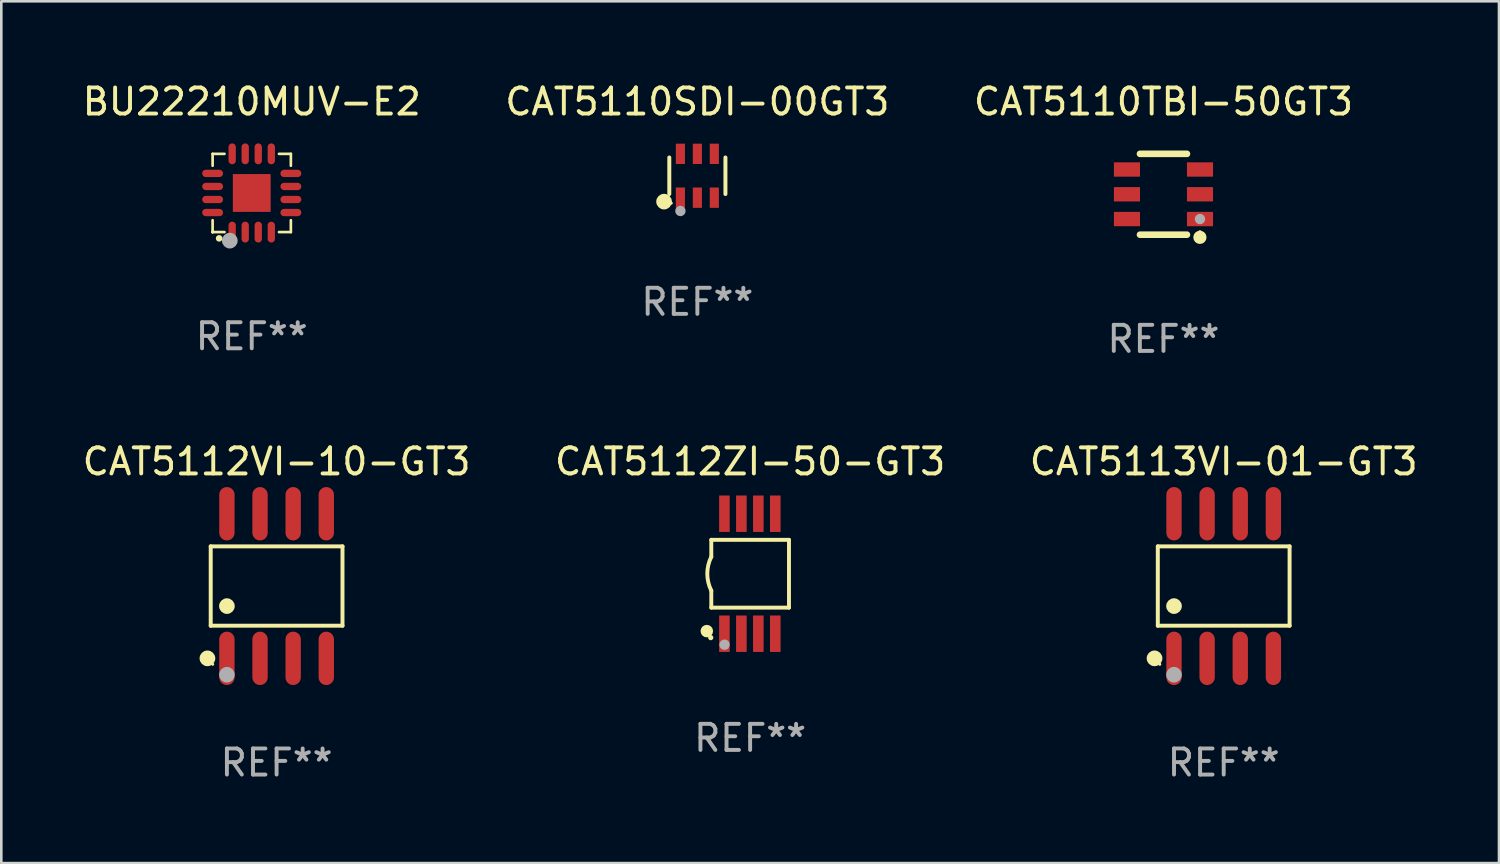
<source format=kicad_pcb>
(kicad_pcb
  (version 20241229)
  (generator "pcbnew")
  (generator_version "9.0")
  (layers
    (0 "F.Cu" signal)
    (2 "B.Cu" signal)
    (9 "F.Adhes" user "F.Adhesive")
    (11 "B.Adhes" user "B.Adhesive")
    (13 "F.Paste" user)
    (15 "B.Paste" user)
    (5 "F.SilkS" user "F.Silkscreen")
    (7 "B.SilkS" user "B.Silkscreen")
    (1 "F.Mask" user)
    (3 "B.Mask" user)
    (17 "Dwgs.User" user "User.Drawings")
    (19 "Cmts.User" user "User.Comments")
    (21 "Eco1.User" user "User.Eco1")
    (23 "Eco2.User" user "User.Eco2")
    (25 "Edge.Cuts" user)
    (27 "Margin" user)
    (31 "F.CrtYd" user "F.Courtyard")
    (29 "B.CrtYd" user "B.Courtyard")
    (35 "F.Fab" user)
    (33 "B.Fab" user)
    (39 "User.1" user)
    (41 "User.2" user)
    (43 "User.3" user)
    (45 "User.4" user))
  (footprint "CAT5110SDI-00GT3"
    (layer "F.Cu")
    (at 23.685 3.688)
    (property "Reference" "CAT5110SDI-00GT3" (at 0 -2.84 0) (layer "F.SilkS") (effects (font (size 1 1) (thickness 0.15))))
    (attr through_hole)
    (fp_line (start -1.076 0.701) (end -1.076 -0.701) (stroke (width 0.152) (type solid)) (layer "F.SilkS"))
    (fp_line (start 1.076 0.701) (end 1.076 -0.701) (stroke (width 0.152) (type solid)) (layer "F.SilkS"))
    (fp_circle (center -1.277 0.992) (end -1.127 0.992) (stroke (width 0.3) (type solid)) (fill no) (layer "F.SilkS"))
    (fp_circle (center -1 1.05) (end -0.97 1.05) (stroke (width 0.06) (type solid)) (fill no) (layer "F.SilkS"))
    (fp_circle (center -0.65 1.35) (end -0.55 1.35) (stroke (width 0.2) (type solid)) (fill no) (layer "F.Fab"))
    (fp_text user "REF**" (at 0 4.84 0) (layer "F.Fab") (effects (font (size 1 1) (thickness 0.15))))
    (pad "1" smd rect (at -0.65 0.84) (size 0.35 0.78) (layers "F.Cu" "F.Mask" "F.Paste"))
    (pad "2" smd rect (at 0 0.84) (size 0.35 0.78) (layers "F.Cu" "F.Mask" "F.Paste"))
    (pad "3" smd rect (at 0.65 0.84) (size 0.35 0.78) (layers "F.Cu" "F.Mask" "F.Paste"))
    (pad "4" smd rect (at 0.65 -0.84) (size 0.35 0.78) (layers "F.Cu" "F.Mask" "F.Paste"))
    (pad "5" smd rect (at 0 -0.84) (size 0.35 0.78) (layers "F.Cu" "F.Mask" "F.Paste"))
    (pad "6" smd rect (at -0.65 -0.84) (size 0.35 0.78) (layers "F.Cu" "F.Mask" "F.Paste")))
  (footprint "CAT5112ZI-50-GT3"
    (layer "F.Cu")
    (at 25.708 18.945)
    (property "Reference" "CAT5112ZI-50-GT3" (at 0 -4.3 0) (layer "F.SilkS") (effects (font (size 1 1) (thickness 0.15))))
    (attr through_hole)
    (fp_line (start -1.489 -1.3) (end -1.489 -0.648) (stroke (width 0.15) (type solid)) (layer "F.SilkS"))
    (fp_line (start -1.489 0.648) (end -1.489 1.3) (stroke (width 0.15) (type solid)) (layer "F.SilkS"))
    (fp_line (start -1.489 1.3) (end 1.489 1.3) (stroke (width 0.15) (type solid)) (layer "F.SilkS"))
    (fp_line (start 1.489 -1.3) (end -1.489 -1.3) (stroke (width 0.15) (type solid)) (layer "F.SilkS"))
    (fp_line (start 1.489 1.3) (end 1.489 -1.3) (stroke (width 0.15) (type solid)) (layer "F.SilkS"))
    (fp_arc (start -1.489205 0.647702) (mid -1.642107 0) (end -1.489205 -0.647701) (stroke (width 0.150013) (type solid)) (layer "F.SilkS"))
    (fp_circle (center -1.661 2.2) (end -1.541 2.2) (stroke (width 0.24) (type solid)) (fill no) (layer "F.SilkS"))
    (fp_circle (center -1.511 2.45) (end -1.461 2.45) (stroke (width 0.1) (type solid)) (fill no) (layer "F.SilkS"))
    (fp_circle (center -0.981 2.72) (end -0.881 2.72) (stroke (width 0.2) (type solid)) (fill no) (layer "F.Fab"))
    (fp_text user "REF**" (at 0 6.3 0) (layer "F.Fab") (effects (font (size 1 1) (thickness 0.15))))
    (pad "1" smd rect (at -0.986 2.3) (size 0.406 1.397) (layers "F.Cu" "F.Mask" "F.Paste"))
    (pad "2" smd rect (at -0.336 2.3) (size 0.406 1.397) (layers "F.Cu" "F.Mask" "F.Paste"))
    (pad "3" smd rect (at 0.314 2.3) (size 0.406 1.397) (layers "F.Cu" "F.Mask" "F.Paste"))
    (pad "4" smd rect (at 0.964 2.3) (size 0.406 1.397) (layers "F.Cu" "F.Mask" "F.Paste"))
    (pad "5" smd rect (at 0.964 -2.3) (size 0.406 1.397) (layers "F.Cu" "F.Mask" "F.Paste"))
    (pad "6" smd rect (at 0.314 -2.3) (size 0.406 1.397) (layers "F.Cu" "F.Mask" "F.Paste"))
    (pad "7" smd rect (at -0.336 -2.3) (size 0.406 1.397) (layers "F.Cu" "F.Mask" "F.Paste"))
    (pad "8" smd rect (at -0.986 -2.3) (size 0.406 1.397) (layers "F.Cu" "F.Mask" "F.Paste")))
  (footprint "CAT5112VI-10-GT3"
    (layer "F.Cu")
    (at 7.554 19.417)
    (property "Reference" "CAT5112VI-10-GT3" (at 0 -4.772 0) (layer "F.SilkS") (effects (font (size 1 1) (thickness 0.15))))
    (attr through_hole)
    (fp_line (start -2.526 -1.521) (end 2.526 -1.521) (stroke (width 0.152) (type solid)) (layer "F.SilkS"))
    (fp_line (start -2.526 1.521) (end -2.526 -1.521) (stroke (width 0.152) (type solid)) (layer "F.SilkS"))
    (fp_line (start 2.526 -1.521) (end 2.526 1.521) (stroke (width 0.152) (type solid)) (layer "F.SilkS"))
    (fp_line (start 2.526 1.521) (end -2.526 1.521) (stroke (width 0.152) (type solid)) (layer "F.SilkS"))
    (fp_circle (center -2.652 2.772) (end -2.501 2.772) (stroke (width 0.3) (type solid)) (fill no) (layer "F.SilkS"))
    (fp_circle (center -2.45 3) (end -2.42 3) (stroke (width 0.06) (type solid)) (fill no) (layer "F.SilkS"))
    (fp_circle (center -1.905 0.769) (end -1.755 0.769) (stroke (width 0.3) (type solid)) (fill no) (layer "F.SilkS"))
    (fp_circle (center -1.905 3.4) (end -1.755 3.4) (stroke (width 0.3) (type solid)) (fill no) (layer "F.Fab"))
    (fp_text user "REF**" (at 0 6.772 0) (layer "F.Fab") (effects (font (size 1 1) (thickness 0.15))))
    (pad "1" smd oval (at -1.905 2.772) (size 0.588 2.045) (layers "F.Cu" "F.Mask" "F.Paste"))
    (pad "2" smd oval (at -0.635 2.772) (size 0.588 2.045) (layers "F.Cu" "F.Mask" "F.Paste"))
    (pad "3" smd oval (at 0.635 2.772) (size 0.588 2.045) (layers "F.Cu" "F.Mask" "F.Paste"))
    (pad "4" smd oval (at 1.905 2.772) (size 0.588 2.045) (layers "F.Cu" "F.Mask" "F.Paste"))
    (pad "5" smd oval (at 1.905 -2.772) (size 0.588 2.045) (layers "F.Cu" "F.Mask" "F.Paste"))
    (pad "6" smd oval (at 0.635 -2.772) (size 0.588 2.045) (layers "F.Cu" "F.Mask" "F.Paste"))
    (pad "7" smd oval (at -0.635 -2.772) (size 0.588 2.045) (layers "F.Cu" "F.Mask" "F.Paste"))
    (pad "8" smd oval (at -1.905 -2.772) (size 0.588 2.045) (layers "F.Cu" "F.Mask" "F.Paste")))
  (footprint "CAT5113VI-01-GT3"
    (layer "F.Cu")
    (at 43.863 19.417)
    (property "Reference" "CAT5113VI-01-GT3" (at 0 -4.772 0) (layer "F.SilkS") (effects (font (size 1 1) (thickness 0.15))))
    (attr through_hole)
    (fp_line (start -2.526 -1.521) (end 2.526 -1.521) (stroke (width 0.152) (type solid)) (layer "F.SilkS"))
    (fp_line (start -2.526 1.521) (end -2.526 -1.521) (stroke (width 0.152) (type solid)) (layer "F.SilkS"))
    (fp_line (start 2.526 -1.521) (end 2.526 1.521) (stroke (width 0.152) (type solid)) (layer "F.SilkS"))
    (fp_line (start 2.526 1.521) (end -2.526 1.521) (stroke (width 0.152) (type solid)) (layer "F.SilkS"))
    (fp_circle (center -2.652 2.772) (end -2.501 2.772) (stroke (width 0.3) (type solid)) (fill no) (layer "F.SilkS"))
    (fp_circle (center -2.45 3) (end -2.42 3) (stroke (width 0.06) (type solid)) (fill no) (layer "F.SilkS"))
    (fp_circle (center -1.905 0.769) (end -1.755 0.769) (stroke (width 0.3) (type solid)) (fill no) (layer "F.SilkS"))
    (fp_circle (center -1.905 3.4) (end -1.755 3.4) (stroke (width 0.3) (type solid)) (fill no) (layer "F.Fab"))
    (fp_text user "REF**" (at 0 6.772 0) (layer "F.Fab") (effects (font (size 1 1) (thickness 0.15))))
    (pad "1" smd oval (at -1.905 2.772) (size 0.588 2.045) (layers "F.Cu" "F.Mask" "F.Paste"))
    (pad "2" smd oval (at -0.635 2.772) (size 0.588 2.045) (layers "F.Cu" "F.Mask" "F.Paste"))
    (pad "3" smd oval (at 0.635 2.772) (size 0.588 2.045) (layers "F.Cu" "F.Mask" "F.Paste"))
    (pad "4" smd oval (at 1.905 2.772) (size 0.588 2.045) (layers "F.Cu" "F.Mask" "F.Paste"))
    (pad "5" smd oval (at 1.905 -2.772) (size 0.588 2.045) (layers "F.Cu" "F.Mask" "F.Paste"))
    (pad "6" smd oval (at 0.635 -2.772) (size 0.588 2.045) (layers "F.Cu" "F.Mask" "F.Paste"))
    (pad "7" smd oval (at -0.635 -2.772) (size 0.588 2.045) (layers "F.Cu" "F.Mask" "F.Paste"))
    (pad "8" smd oval (at -1.905 -2.772) (size 0.588 2.045) (layers "F.Cu" "F.Mask" "F.Paste")))
  (footprint "BU22210MUV-E2"
    (layer "F.Cu")
    (at 6.601 4.348)
    (property "Reference" "BU22210MUV-E2" (at 0 -3.5 0) (layer "F.SilkS") (effects (font (size 1 1) (thickness 0.15))))
    (attr through_hole)
    (fp_line (start -1.5 -1.5) (end -1.5 -1.044) (stroke (width 0.102) (type solid)) (layer "F.SilkS"))
    (fp_line (start -1.5 -1.5) (end -1.044 -1.5) (stroke (width 0.102) (type solid)) (layer "F.SilkS"))
    (fp_line (start -1.5 1.044) (end -1.5 1.5) (stroke (width 0.102) (type solid)) (layer "F.SilkS"))
    (fp_line (start -1.5 1.5) (end -1.044 1.5) (stroke (width 0.102) (type solid)) (layer "F.SilkS"))
    (fp_line (start 1.044 -1.5) (end 1.5 -1.5) (stroke (width 0.102) (type solid)) (layer "F.SilkS"))
    (fp_line (start 1.044 1.5) (end 1.5 1.5) (stroke (width 0.102) (type solid)) (layer "F.SilkS"))
    (fp_line (start 1.5 -1.044) (end 1.5 -1.5) (stroke (width 0.102) (type solid)) (layer "F.SilkS"))
    (fp_line (start 1.5 1.5) (end 1.5 1.044) (stroke (width 0.102) (type solid)) (layer "F.SilkS"))
    (fp_arc (start -1.251283 1.73998) (mid -1.250013 1.739909) (end -1.248743 1.73998) (stroke (width 0.25) (type solid)) (layer "F.SilkS"))
    (fp_circle (center -1.5 1.5) (end -1.47 1.5) (stroke (width 0.06) (type solid)) (fill no) (layer "F.SilkS"))
    (fp_circle (center -0.841 1.828) (end -0.69 1.828) (stroke (width 0.3) (type solid)) (fill no) (layer "F.Fab"))
    (fp_text user "REF**" (at 0 5.5 0) (layer "F.Fab") (effects (font (size 1 1) (thickness 0.15))))
    (pad "1" smd oval (at -0.75 1.5 90) (size 0.8 0.28) (layers "F.Cu" "F.Mask" "F.Paste"))
    (pad "2" smd oval (at -0.25 1.5 90) (size 0.8 0.28) (layers "F.Cu" "F.Mask" "F.Paste"))
    (pad "3" smd oval (at 0.25 1.5 90) (size 0.8 0.28) (layers "F.Cu" "F.Mask" "F.Paste"))
    (pad "4" smd oval (at 0.75 1.5 90) (size 0.8 0.28) (layers "F.Cu" "F.Mask" "F.Paste"))
    (pad "5" smd oval (at 1.5 0.75 90) (size 0.28 0.8) (layers "F.Cu" "F.Mask" "F.Paste"))
    (pad "6" smd oval (at 1.5 0.25 90) (size 0.28 0.8) (layers "F.Cu" "F.Mask" "F.Paste"))
    (pad "7" smd oval (at 1.5 -0.25 90) (size 0.28 0.8) (layers "F.Cu" "F.Mask" "F.Paste"))
    (pad "8" smd oval (at 1.5 -0.75 90) (size 0.28 0.8) (layers "F.Cu" "F.Mask" "F.Paste"))
    (pad "9" smd oval (at 0.75 -1.5 90) (size 0.8 0.28) (layers "F.Cu" "F.Mask" "F.Paste"))
    (pad "10" smd oval (at 0.25 -1.5 90) (size 0.8 0.28) (layers "F.Cu" "F.Mask" "F.Paste"))
    (pad "11" smd oval (at -0.25 -1.5 90) (size 0.8 0.28) (layers "F.Cu" "F.Mask" "F.Paste"))
    (pad "12" smd oval (at -0.75 -1.5 90) (size 0.8 0.28) (layers "F.Cu" "F.Mask" "F.Paste"))
    (pad "13" smd oval (at -1.5 -0.75 90) (size 0.28 0.8) (layers "F.Cu" "F.Mask" "F.Paste"))
    (pad "14" smd oval (at -1.5 -0.25 90) (size 0.28 0.8) (layers "F.Cu" "F.Mask" "F.Paste"))
    (pad "15" smd oval (at -1.5 0.25 90) (size 0.28 0.8) (layers "F.Cu" "F.Mask" "F.Paste"))
    (pad "16" smd oval (at -1.5 0.75 90) (size 0.28 0.8) (layers "F.Cu" "F.Mask" "F.Paste"))
    (pad "17" smd rect (at 0.000152 -0.000051 90) (size 1.45 1.45) (layers "F.Cu" "F.Mask" "F.Paste")))
  (footprint "CAT5110TBI-50GT3"
    (layer "F.Cu")
    (at 41.554 4.398)
    (property "Reference" "CAT5110TBI-50GT3" (at 0 -3.55 0) (layer "F.SilkS") (effects (font (size 1 1) (thickness 0.15))))
    (attr through_hole)
    (fp_line (start -0.9 -1.55) (end 0.9 -1.55) (stroke (width 0.254) (type solid)) (layer "F.SilkS"))
    (fp_line (start -0.9 1.55) (end 0.9 1.55) (stroke (width 0.254) (type solid)) (layer "F.SilkS"))
    (fp_circle (center 1.397 1.651) (end 1.524 1.651) (stroke (width 0.254) (type solid)) (fill no) (layer "F.SilkS"))
    (fp_circle (center 1.4 1.435) (end 1.43 1.435) (stroke (width 0.06) (type solid)) (fill no) (layer "F.SilkS"))
    (fp_circle (center 1.4 0.95) (end 1.5 0.95) (stroke (width 0.2) (type solid)) (fill no) (layer "F.Fab"))
    (fp_text user "REF**" (at 0 5.55 0) (layer "F.Fab") (effects (font (size 1 1) (thickness 0.15))))
    (pad "1" smd rect (at 1.4 0.95) (size 1 0.55) (layers "F.Cu" "F.Mask" "F.Paste"))
    (pad "2" smd rect (at 1.4 -0.000102) (size 1 0.55) (layers "F.Cu" "F.Mask" "F.Paste"))
    (pad "3" smd rect (at 1.4 -0.95) (size 1 0.55) (layers "F.Cu" "F.Mask" "F.Paste"))
    (pad "4" smd rect (at -1.4 -0.95) (size 1 0.55) (layers "F.Cu" "F.Mask" "F.Paste"))
    (pad "5" smd rect (at -1.4 -0.000102) (size 1 0.55) (layers "F.Cu" "F.Mask" "F.Paste"))
    (pad "6" smd rect (at -1.4 0.95) (size 1 0.55) (layers "F.Cu" "F.Mask" "F.Paste")))
  (gr_rect
    (start -3 -3)
    (end 54.417 30.038)
    (stroke (width 0.1) (type default))
    (fill no)
    (layer "Edge.Cuts")))
</source>
